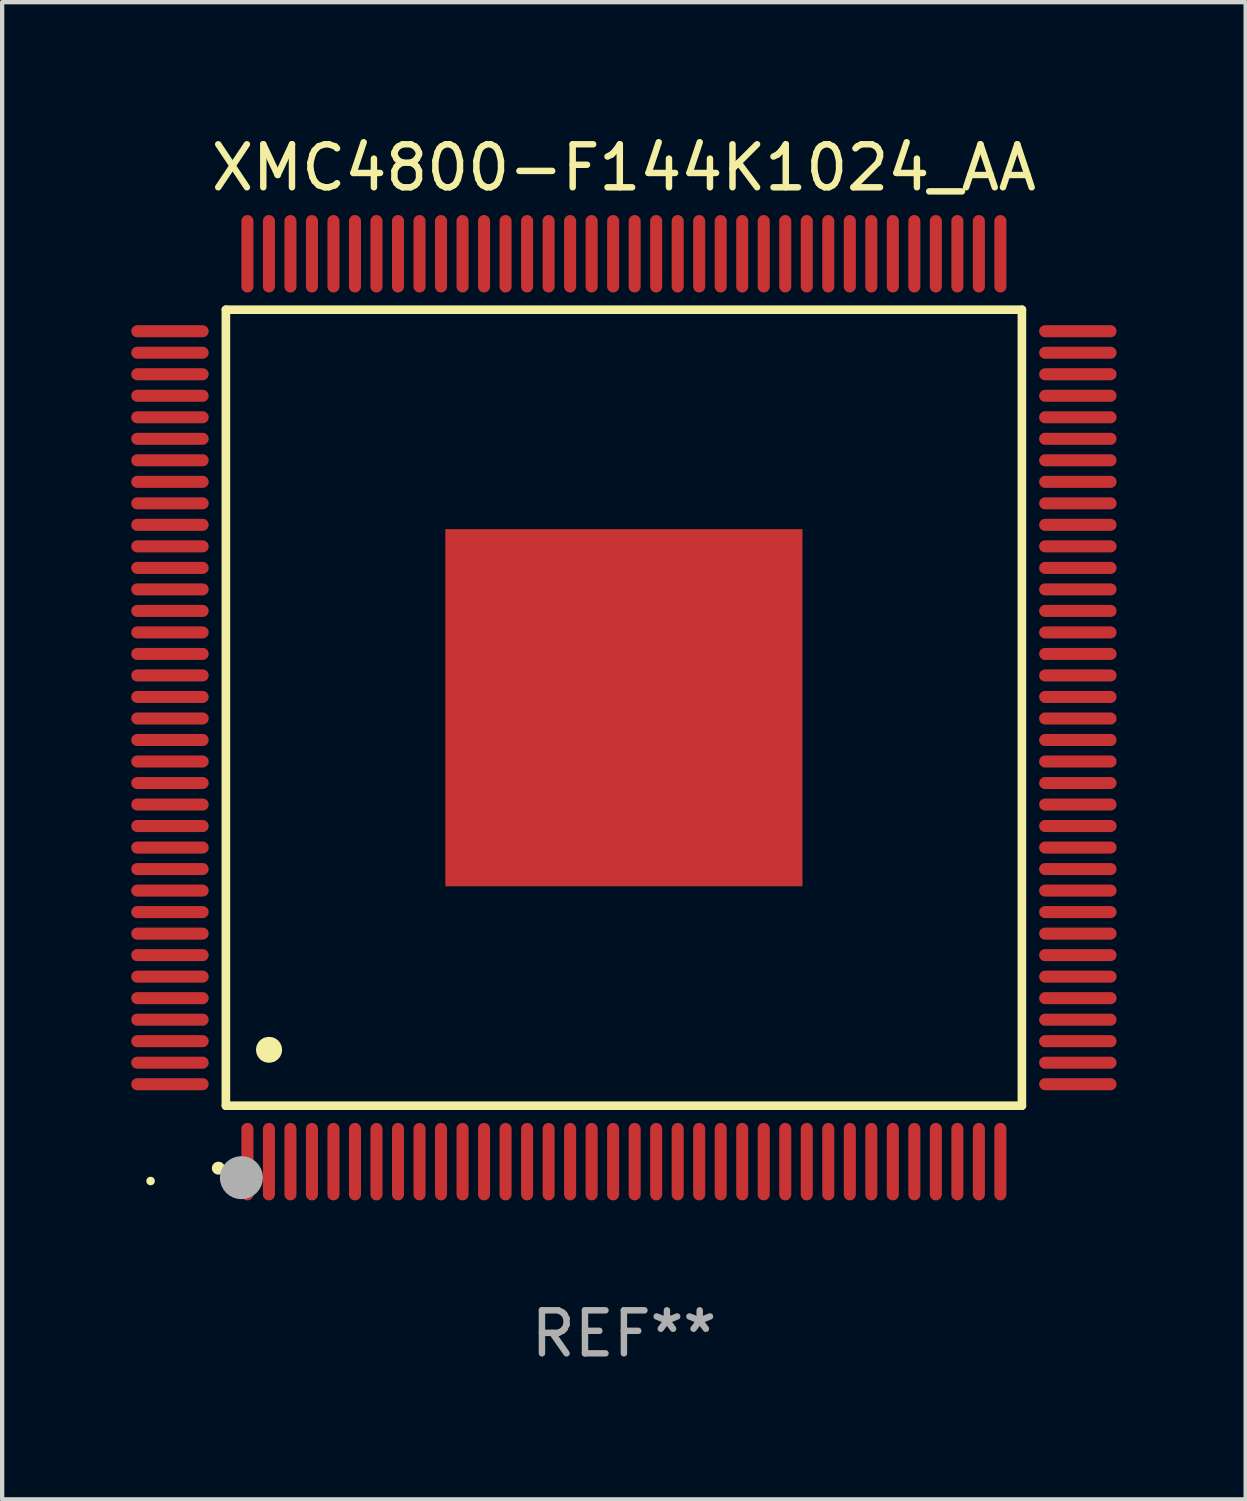
<source format=kicad_pcb>
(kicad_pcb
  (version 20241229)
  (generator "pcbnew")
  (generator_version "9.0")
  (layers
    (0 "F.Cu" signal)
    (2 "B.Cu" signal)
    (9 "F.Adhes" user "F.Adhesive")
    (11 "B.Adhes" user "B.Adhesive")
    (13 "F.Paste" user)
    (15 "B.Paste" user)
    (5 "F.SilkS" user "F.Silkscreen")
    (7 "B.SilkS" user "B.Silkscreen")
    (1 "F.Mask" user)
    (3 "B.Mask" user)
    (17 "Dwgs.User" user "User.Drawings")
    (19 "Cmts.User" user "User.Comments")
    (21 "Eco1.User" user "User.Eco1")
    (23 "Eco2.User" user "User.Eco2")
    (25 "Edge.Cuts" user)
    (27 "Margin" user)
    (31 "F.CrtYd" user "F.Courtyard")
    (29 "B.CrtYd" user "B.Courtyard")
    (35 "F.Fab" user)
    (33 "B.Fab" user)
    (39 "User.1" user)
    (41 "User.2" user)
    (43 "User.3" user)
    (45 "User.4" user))
  (footprint "XMC4800-F144K1024_AA"
    (layer "F.Cu")
    (at 11.45 13.398)
    (property "Reference" "XMC4800-F144K1024_AA" (at 0 -12.55 0) (layer "F.SilkS") (effects (font (size 1 1) (thickness 0.15))))
    (attr through_hole)
    (fp_line (start -9.25 -9.25) (end 9.25 -9.25) (stroke (width 0.2) (type solid)) (layer "F.SilkS"))
    (fp_line (start -9.25 9.25) (end -9.25 -9.25) (stroke (width 0.2) (type solid)) (layer "F.SilkS"))
    (fp_line (start 9.25 -9.25) (end 9.25 9.25) (stroke (width 0.2) (type solid)) (layer "F.SilkS"))
    (fp_line (start 9.25 9.25) (end -9.25 9.25) (stroke (width 0.2) (type solid)) (layer "F.SilkS"))
    (fp_arc (start -9.425959 10.701041) (mid -9.424689 10.701036) (end -9.423419 10.701041) (stroke (width 0.3) (type solid)) (layer "F.SilkS"))
    (fp_arc (start -8.249936 7.950216) (mid -8.247396 7.950205) (end -8.244856 7.950216) (stroke (width 0.6) (type solid)) (layer "F.SilkS"))
    (fp_circle (center -11 11) (end -10.95 11) (stroke (width 0.1) (type solid)) (fill no) (layer "F.SilkS"))
    (fp_circle (center -8.89 10.922) (end -8.64 10.922) (stroke (width 0.5) (type solid)) (fill no) (layer "F.Fab"))
    (fp_text user "REF**" (at 0 14.55 0) (layer "F.Fab") (effects (font (size 1 1) (thickness 0.15))))
    (pad "1" smd oval (at -8.75 10.55) (size 0.28 1.8) (layers "F.Cu" "F.Mask" "F.Paste"))
    (pad "2" smd oval (at -8.25 10.55) (size 0.28 1.8) (layers "F.Cu" "F.Mask" "F.Paste"))
    (pad "3" smd oval (at -7.75 10.55) (size 0.28 1.8) (layers "F.Cu" "F.Mask" "F.Paste"))
    (pad "4" smd oval (at -7.25 10.55) (size 0.28 1.8) (layers "F.Cu" "F.Mask" "F.Paste"))
    (pad "5" smd oval (at -6.75 10.55) (size 0.28 1.8) (layers "F.Cu" "F.Mask" "F.Paste"))
    (pad "6" smd oval (at -6.25 10.55) (size 0.28 1.8) (layers "F.Cu" "F.Mask" "F.Paste"))
    (pad "7" smd oval (at -5.75 10.55) (size 0.28 1.8) (layers "F.Cu" "F.Mask" "F.Paste"))
    (pad "8" smd oval (at -5.25 10.55) (size 0.28 1.8) (layers "F.Cu" "F.Mask" "F.Paste"))
    (pad "9" smd oval (at -4.75 10.55) (size 0.28 1.8) (layers "F.Cu" "F.Mask" "F.Paste"))
    (pad "10" smd oval (at -4.25 10.55) (size 0.28 1.8) (layers "F.Cu" "F.Mask" "F.Paste"))
    (pad "11" smd oval (at -3.75 10.55) (size 0.28 1.8) (layers "F.Cu" "F.Mask" "F.Paste"))
    (pad "12" smd oval (at -3.25 10.55) (size 0.28 1.8) (layers "F.Cu" "F.Mask" "F.Paste"))
    (pad "13" smd oval (at -2.75 10.55) (size 0.28 1.8) (layers "F.Cu" "F.Mask" "F.Paste"))
    (pad "14" smd oval (at -2.25 10.55) (size 0.28 1.8) (layers "F.Cu" "F.Mask" "F.Paste"))
    (pad "15" smd oval (at -1.75 10.55) (size 0.28 1.8) (layers "F.Cu" "F.Mask" "F.Paste"))
    (pad "16" smd oval (at -1.25 10.55) (size 0.28 1.8) (layers "F.Cu" "F.Mask" "F.Paste"))
    (pad "17" smd oval (at -0.75 10.55) (size 0.28 1.8) (layers "F.Cu" "F.Mask" "F.Paste"))
    (pad "18" smd oval (at -0.25 10.55) (size 0.28 1.8) (layers "F.Cu" "F.Mask" "F.Paste"))
    (pad "19" smd oval (at 0.25 10.55) (size 0.28 1.8) (layers "F.Cu" "F.Mask" "F.Paste"))
    (pad "20" smd oval (at 0.75 10.55) (size 0.28 1.8) (layers "F.Cu" "F.Mask" "F.Paste"))
    (pad "21" smd oval (at 1.25 10.55) (size 0.28 1.8) (layers "F.Cu" "F.Mask" "F.Paste"))
    (pad "22" smd oval (at 1.75 10.55) (size 0.28 1.8) (layers "F.Cu" "F.Mask" "F.Paste"))
    (pad "23" smd oval (at 2.25 10.55) (size 0.28 1.8) (layers "F.Cu" "F.Mask" "F.Paste"))
    (pad "24" smd oval (at 2.75 10.55) (size 0.28 1.8) (layers "F.Cu" "F.Mask" "F.Paste"))
    (pad "25" smd oval (at 3.25 10.55) (size 0.28 1.8) (layers "F.Cu" "F.Mask" "F.Paste"))
    (pad "26" smd oval (at 3.75 10.55) (size 0.28 1.8) (layers "F.Cu" "F.Mask" "F.Paste"))
    (pad "27" smd oval (at 4.25 10.55) (size 0.28 1.8) (layers "F.Cu" "F.Mask" "F.Paste"))
    (pad "28" smd oval (at 4.75 10.55) (size 0.28 1.8) (layers "F.Cu" "F.Mask" "F.Paste"))
    (pad "29" smd oval (at 5.25 10.55) (size 0.28 1.8) (layers "F.Cu" "F.Mask" "F.Paste"))
    (pad "30" smd oval (at 5.75 10.55) (size 0.28 1.8) (layers "F.Cu" "F.Mask" "F.Paste"))
    (pad "31" smd oval (at 6.25 10.55) (size 0.28 1.8) (layers "F.Cu" "F.Mask" "F.Paste"))
    (pad "32" smd oval (at 6.75 10.55) (size 0.28 1.8) (layers "F.Cu" "F.Mask" "F.Paste"))
    (pad "33" smd oval (at 7.25 10.55) (size 0.28 1.8) (layers "F.Cu" "F.Mask" "F.Paste"))
    (pad "34" smd oval (at 7.75 10.55) (size 0.28 1.8) (layers "F.Cu" "F.Mask" "F.Paste"))
    (pad "35" smd oval (at 8.25 10.55) (size 0.28 1.8) (layers "F.Cu" "F.Mask" "F.Paste"))
    (pad "36" smd oval (at 8.75 10.55) (size 0.28 1.8) (layers "F.Cu" "F.Mask" "F.Paste"))
    (pad "37" smd oval (at 10.55 8.75) (size 1.8 0.28) (layers "F.Cu" "F.Mask" "F.Paste"))
    (pad "38" smd oval (at 10.55 8.25) (size 1.8 0.28) (layers "F.Cu" "F.Mask" "F.Paste"))
    (pad "39" smd oval (at 10.55 7.75) (size 1.8 0.28) (layers "F.Cu" "F.Mask" "F.Paste"))
    (pad "40" smd oval (at 10.55 7.25) (size 1.8 0.28) (layers "F.Cu" "F.Mask" "F.Paste"))
    (pad "41" smd oval (at 10.55 6.75) (size 1.8 0.28) (layers "F.Cu" "F.Mask" "F.Paste"))
    (pad "42" smd oval (at 10.55 6.25) (size 1.8 0.28) (layers "F.Cu" "F.Mask" "F.Paste"))
    (pad "43" smd oval (at 10.55 5.75) (size 1.8 0.28) (layers "F.Cu" "F.Mask" "F.Paste"))
    (pad "44" smd oval (at 10.55 5.25) (size 1.8 0.28) (layers "F.Cu" "F.Mask" "F.Paste"))
    (pad "45" smd oval (at 10.55 4.75) (size 1.8 0.28) (layers "F.Cu" "F.Mask" "F.Paste"))
    (pad "46" smd oval (at 10.55 4.25) (size 1.8 0.28) (layers "F.Cu" "F.Mask" "F.Paste"))
    (pad "47" smd oval (at 10.55 3.75) (size 1.8 0.28) (layers "F.Cu" "F.Mask" "F.Paste"))
    (pad "48" smd oval (at 10.55 3.25) (size 1.8 0.28) (layers "F.Cu" "F.Mask" "F.Paste"))
    (pad "49" smd oval (at 10.55 2.75) (size 1.8 0.28) (layers "F.Cu" "F.Mask" "F.Paste"))
    (pad "50" smd oval (at 10.55 2.25) (size 1.8 0.28) (layers "F.Cu" "F.Mask" "F.Paste"))
    (pad "51" smd oval (at 10.55 1.75) (size 1.8 0.28) (layers "F.Cu" "F.Mask" "F.Paste"))
    (pad "52" smd oval (at 10.55 1.25) (size 1.8 0.28) (layers "F.Cu" "F.Mask" "F.Paste"))
    (pad "53" smd oval (at 10.55 0.75) (size 1.8 0.28) (layers "F.Cu" "F.Mask" "F.Paste"))
    (pad "54" smd oval (at 10.55 0.25) (size 1.8 0.28) (layers "F.Cu" "F.Mask" "F.Paste"))
    (pad "55" smd oval (at 10.55 -0.25) (size 1.8 0.28) (layers "F.Cu" "F.Mask" "F.Paste"))
    (pad "56" smd oval (at 10.55 -0.75) (size 1.8 0.28) (layers "F.Cu" "F.Mask" "F.Paste"))
    (pad "57" smd oval (at 10.55 -1.25) (size 1.8 0.28) (layers "F.Cu" "F.Mask" "F.Paste"))
    (pad "58" smd oval (at 10.55 -1.75) (size 1.8 0.28) (layers "F.Cu" "F.Mask" "F.Paste"))
    (pad "59" smd oval (at 10.55 -2.25) (size 1.8 0.28) (layers "F.Cu" "F.Mask" "F.Paste"))
    (pad "60" smd oval (at 10.55 -2.75) (size 1.8 0.28) (layers "F.Cu" "F.Mask" "F.Paste"))
    (pad "61" smd oval (at 10.55 -3.25) (size 1.8 0.28) (layers "F.Cu" "F.Mask" "F.Paste"))
    (pad "62" smd oval (at 10.55 -3.75) (size 1.8 0.28) (layers "F.Cu" "F.Mask" "F.Paste"))
    (pad "63" smd oval (at 10.55 -4.25) (size 1.8 0.28) (layers "F.Cu" "F.Mask" "F.Paste"))
    (pad "64" smd oval (at 10.55 -4.75) (size 1.8 0.28) (layers "F.Cu" "F.Mask" "F.Paste"))
    (pad "65" smd oval (at 10.55 -5.25) (size 1.8 0.28) (layers "F.Cu" "F.Mask" "F.Paste"))
    (pad "66" smd oval (at 10.55 -5.75) (size 1.8 0.28) (layers "F.Cu" "F.Mask" "F.Paste"))
    (pad "67" smd oval (at 10.55 -6.25) (size 1.8 0.28) (layers "F.Cu" "F.Mask" "F.Paste"))
    (pad "68" smd oval (at 10.55 -6.75) (size 1.8 0.28) (layers "F.Cu" "F.Mask" "F.Paste"))
    (pad "69" smd oval (at 10.55 -7.25) (size 1.8 0.28) (layers "F.Cu" "F.Mask" "F.Paste"))
    (pad "70" smd oval (at 10.55 -7.75) (size 1.8 0.28) (layers "F.Cu" "F.Mask" "F.Paste"))
    (pad "71" smd oval (at 10.55 -8.25) (size 1.8 0.28) (layers "F.Cu" "F.Mask" "F.Paste"))
    (pad "72" smd oval (at 10.55 -8.75) (size 1.8 0.28) (layers "F.Cu" "F.Mask" "F.Paste"))
    (pad "73" smd oval (at 8.75 -10.55) (size 0.28 1.8) (layers "F.Cu" "F.Mask" "F.Paste"))
    (pad "74" smd oval (at 8.25 -10.55) (size 0.28 1.8) (layers "F.Cu" "F.Mask" "F.Paste"))
    (pad "75" smd oval (at 7.75 -10.55) (size 0.28 1.8) (layers "F.Cu" "F.Mask" "F.Paste"))
    (pad "76" smd oval (at 7.25 -10.55) (size 0.28 1.8) (layers "F.Cu" "F.Mask" "F.Paste"))
    (pad "77" smd oval (at 6.75 -10.55) (size 0.28 1.8) (layers "F.Cu" "F.Mask" "F.Paste"))
    (pad "78" smd oval (at 6.25 -10.55) (size 0.28 1.8) (layers "F.Cu" "F.Mask" "F.Paste"))
    (pad "79" smd oval (at 5.75 -10.55) (size 0.28 1.8) (layers "F.Cu" "F.Mask" "F.Paste"))
    (pad "80" smd oval (at 5.25 -10.55) (size 0.28 1.8) (layers "F.Cu" "F.Mask" "F.Paste"))
    (pad "81" smd oval (at 4.75 -10.55) (size 0.28 1.8) (layers "F.Cu" "F.Mask" "F.Paste"))
    (pad "82" smd oval (at 4.25 -10.55) (size 0.28 1.8) (layers "F.Cu" "F.Mask" "F.Paste"))
    (pad "83" smd oval (at 3.75 -10.55) (size 0.28 1.8) (layers "F.Cu" "F.Mask" "F.Paste"))
    (pad "84" smd oval (at 3.25 -10.55) (size 0.28 1.8) (layers "F.Cu" "F.Mask" "F.Paste"))
    (pad "85" smd oval (at 2.75 -10.55) (size 0.28 1.8) (layers "F.Cu" "F.Mask" "F.Paste"))
    (pad "86" smd oval (at 2.25 -10.55) (size 0.28 1.8) (layers "F.Cu" "F.Mask" "F.Paste"))
    (pad "87" smd oval (at 1.75 -10.55) (size 0.28 1.8) (layers "F.Cu" "F.Mask" "F.Paste"))
    (pad "88" smd oval (at 1.25 -10.55) (size 0.28 1.8) (layers "F.Cu" "F.Mask" "F.Paste"))
    (pad "89" smd oval (at 0.75 -10.55) (size 0.28 1.8) (layers "F.Cu" "F.Mask" "F.Paste"))
    (pad "90" smd oval (at 0.25 -10.55) (size 0.28 1.8) (layers "F.Cu" "F.Mask" "F.Paste"))
    (pad "91" smd oval (at -0.25 -10.55) (size 0.28 1.8) (layers "F.Cu" "F.Mask" "F.Paste"))
    (pad "92" smd oval (at -0.75 -10.55) (size 0.28 1.8) (layers "F.Cu" "F.Mask" "F.Paste"))
    (pad "93" smd oval (at -1.25 -10.55) (size 0.28 1.8) (layers "F.Cu" "F.Mask" "F.Paste"))
    (pad "94" smd oval (at -1.75 -10.55) (size 0.28 1.8) (layers "F.Cu" "F.Mask" "F.Paste"))
    (pad "95" smd oval (at -2.25 -10.55) (size 0.28 1.8) (layers "F.Cu" "F.Mask" "F.Paste"))
    (pad "96" smd oval (at -2.75 -10.55) (size 0.28 1.8) (layers "F.Cu" "F.Mask" "F.Paste"))
    (pad "97" smd oval (at -3.25 -10.55) (size 0.28 1.8) (layers "F.Cu" "F.Mask" "F.Paste"))
    (pad "98" smd oval (at -3.75 -10.55) (size 0.28 1.8) (layers "F.Cu" "F.Mask" "F.Paste"))
    (pad "99" smd oval (at -4.25 -10.55) (size 0.28 1.8) (layers "F.Cu" "F.Mask" "F.Paste"))
    (pad "100" smd oval (at -4.75 -10.55) (size 0.28 1.8) (layers "F.Cu" "F.Mask" "F.Paste"))
    (pad "101" smd oval (at -5.25 -10.55) (size 0.28 1.8) (layers "F.Cu" "F.Mask" "F.Paste"))
    (pad "102" smd oval (at -5.75 -10.55) (size 0.28 1.8) (layers "F.Cu" "F.Mask" "F.Paste"))
    (pad "103" smd oval (at -6.25 -10.55) (size 0.28 1.8) (layers "F.Cu" "F.Mask" "F.Paste"))
    (pad "104" smd oval (at -6.75 -10.55) (size 0.28 1.8) (layers "F.Cu" "F.Mask" "F.Paste"))
    (pad "105" smd oval (at -7.25 -10.55) (size 0.28 1.8) (layers "F.Cu" "F.Mask" "F.Paste"))
    (pad "106" smd oval (at -7.75 -10.55) (size 0.28 1.8) (layers "F.Cu" "F.Mask" "F.Paste"))
    (pad "107" smd oval (at -8.25 -10.55) (size 0.28 1.8) (layers "F.Cu" "F.Mask" "F.Paste"))
    (pad "108" smd oval (at -8.75 -10.55) (size 0.28 1.8) (layers "F.Cu" "F.Mask" "F.Paste"))
    (pad "109" smd oval (at -10.55 -8.75) (size 1.8 0.28) (layers "F.Cu" "F.Mask" "F.Paste"))
    (pad "110" smd oval (at -10.55 -8.25) (size 1.8 0.28) (layers "F.Cu" "F.Mask" "F.Paste"))
    (pad "111" smd oval (at -10.55 -7.75) (size 1.8 0.28) (layers "F.Cu" "F.Mask" "F.Paste"))
    (pad "112" smd oval (at -10.55 -7.25) (size 1.8 0.28) (layers "F.Cu" "F.Mask" "F.Paste"))
    (pad "113" smd oval (at -10.55 -6.75) (size 1.8 0.28) (layers "F.Cu" "F.Mask" "F.Paste"))
    (pad "114" smd oval (at -10.55 -6.25) (size 1.8 0.28) (layers "F.Cu" "F.Mask" "F.Paste"))
    (pad "115" smd oval (at -10.55 -5.75) (size 1.8 0.28) (layers "F.Cu" "F.Mask" "F.Paste"))
    (pad "116" smd oval (at -10.55 -5.25) (size 1.8 0.28) (layers "F.Cu" "F.Mask" "F.Paste"))
    (pad "117" smd oval (at -10.55 -4.75) (size 1.8 0.28) (layers "F.Cu" "F.Mask" "F.Paste"))
    (pad "118" smd oval (at -10.55 -4.25) (size 1.8 0.28) (layers "F.Cu" "F.Mask" "F.Paste"))
    (pad "119" smd oval (at -10.55 -3.75) (size 1.8 0.28) (layers "F.Cu" "F.Mask" "F.Paste"))
    (pad "120" smd oval (at -10.55 -3.25) (size 1.8 0.28) (layers "F.Cu" "F.Mask" "F.Paste"))
    (pad "121" smd oval (at -10.55 -2.75) (size 1.8 0.28) (layers "F.Cu" "F.Mask" "F.Paste"))
    (pad "122" smd oval (at -10.55 -2.25) (size 1.8 0.28) (layers "F.Cu" "F.Mask" "F.Paste"))
    (pad "123" smd oval (at -10.55 -1.75) (size 1.8 0.28) (layers "F.Cu" "F.Mask" "F.Paste"))
    (pad "124" smd oval (at -10.55 -1.25) (size 1.8 0.28) (layers "F.Cu" "F.Mask" "F.Paste"))
    (pad "125" smd oval (at -10.55 -0.75) (size 1.8 0.28) (layers "F.Cu" "F.Mask" "F.Paste"))
    (pad "126" smd oval (at -10.55 -0.25) (size 1.8 0.28) (layers "F.Cu" "F.Mask" "F.Paste"))
    (pad "127" smd oval (at -10.55 0.25) (size 1.8 0.28) (layers "F.Cu" "F.Mask" "F.Paste"))
    (pad "128" smd oval (at -10.55 0.75) (size 1.8 0.28) (layers "F.Cu" "F.Mask" "F.Paste"))
    (pad "129" smd oval (at -10.55 1.25) (size 1.8 0.28) (layers "F.Cu" "F.Mask" "F.Paste"))
    (pad "130" smd oval (at -10.55 1.75) (size 1.8 0.28) (layers "F.Cu" "F.Mask" "F.Paste"))
    (pad "131" smd oval (at -10.55 2.25) (size 1.8 0.28) (layers "F.Cu" "F.Mask" "F.Paste"))
    (pad "132" smd oval (at -10.55 2.75) (size 1.8 0.28) (layers "F.Cu" "F.Mask" "F.Paste"))
    (pad "133" smd oval (at -10.55 3.25) (size 1.8 0.28) (layers "F.Cu" "F.Mask" "F.Paste"))
    (pad "134" smd oval (at -10.55 3.75) (size 1.8 0.28) (layers "F.Cu" "F.Mask" "F.Paste"))
    (pad "135" smd oval (at -10.55 4.25) (size 1.8 0.28) (layers "F.Cu" "F.Mask" "F.Paste"))
    (pad "136" smd oval (at -10.55 4.75) (size 1.8 0.28) (layers "F.Cu" "F.Mask" "F.Paste"))
    (pad "137" smd oval (at -10.55 5.25) (size 1.8 0.28) (layers "F.Cu" "F.Mask" "F.Paste"))
    (pad "138" smd oval (at -10.55 5.75) (size 1.8 0.28) (layers "F.Cu" "F.Mask" "F.Paste"))
    (pad "139" smd oval (at -10.55 6.25) (size 1.8 0.28) (layers "F.Cu" "F.Mask" "F.Paste"))
    (pad "140" smd oval (at -10.55 6.75) (size 1.8 0.28) (layers "F.Cu" "F.Mask" "F.Paste"))
    (pad "141" smd oval (at -10.55 7.25) (size 1.8 0.28) (layers "F.Cu" "F.Mask" "F.Paste"))
    (pad "142" smd oval (at -10.55 7.75) (size 1.8 0.28) (layers "F.Cu" "F.Mask" "F.Paste"))
    (pad "143" smd oval (at -10.55 8.25) (size 1.8 0.28) (layers "F.Cu" "F.Mask" "F.Paste"))
    (pad "144" smd oval (at -10.55 8.75) (size 1.8 0.28) (layers "F.Cu" "F.Mask" "F.Paste"))
    (pad "145" smd rect (at 0 0) (size 8.3 8.3) (layers "F.Cu" "F.Mask" "F.Paste")))
  (gr_rect
    (start -3 -3)
    (end 25.9 31.796)
    (stroke (width 0.1) (type default))
    (fill no)
    (layer "Edge.Cuts")))
</source>
